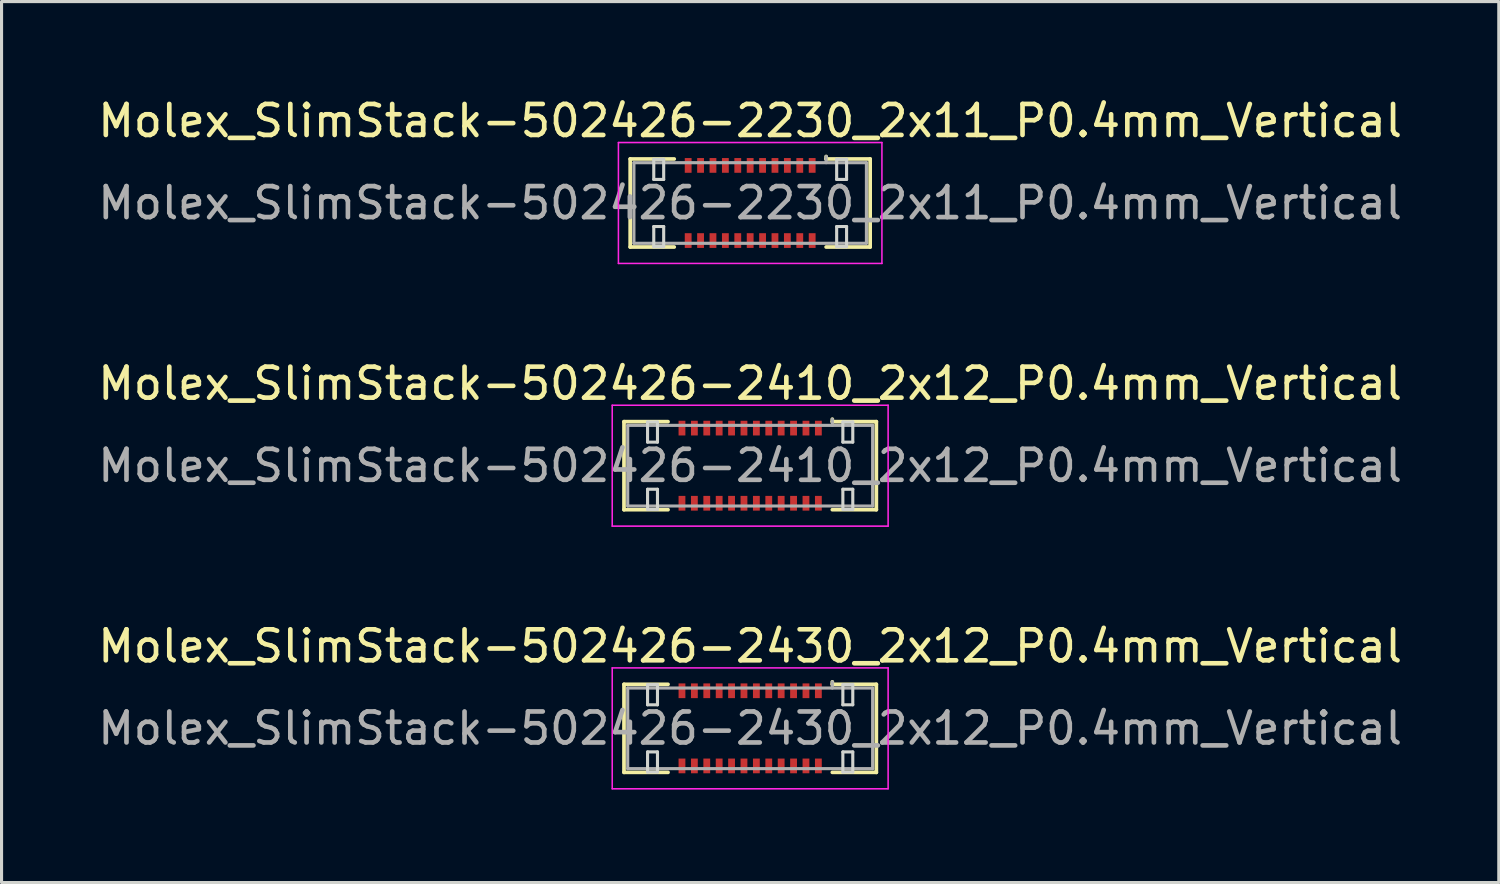
<source format=kicad_pcb>
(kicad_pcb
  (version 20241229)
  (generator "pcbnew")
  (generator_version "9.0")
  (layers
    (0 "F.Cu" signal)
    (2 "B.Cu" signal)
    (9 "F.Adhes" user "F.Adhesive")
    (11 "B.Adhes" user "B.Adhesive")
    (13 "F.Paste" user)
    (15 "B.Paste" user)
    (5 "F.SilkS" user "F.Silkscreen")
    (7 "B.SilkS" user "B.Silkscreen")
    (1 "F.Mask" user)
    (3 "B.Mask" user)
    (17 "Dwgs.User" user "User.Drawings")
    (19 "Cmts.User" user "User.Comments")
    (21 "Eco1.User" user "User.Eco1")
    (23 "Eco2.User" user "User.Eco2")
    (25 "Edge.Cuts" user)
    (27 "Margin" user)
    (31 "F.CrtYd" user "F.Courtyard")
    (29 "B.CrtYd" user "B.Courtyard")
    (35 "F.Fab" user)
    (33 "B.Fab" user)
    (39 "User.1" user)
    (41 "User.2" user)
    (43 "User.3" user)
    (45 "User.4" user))
  (footprint "Molex_SlimStack-502426-2410_2x12_P0.4mm_Vertical"
    (layer "F.Cu")
    (at 21.149 11.972)
    (property "Reference" "Molex_SlimStack-502426-2410_2x12_P0.4mm_Vertical" (at 0 -2.65 0) (layer "F.SilkS") (effects (font (size 1 1) (thickness 0.15))))
    (attr smd)
    (fp_line (start -4.07 -1.42) (end -2.65 -1.42) (stroke (width 0.12) (type solid)) (layer "F.SilkS"))
    (fp_line (start -4.07 1.42) (end -4.07 -1.42) (stroke (width 0.12) (type solid)) (layer "F.SilkS"))
    (fp_line (start -2.65 1.42) (end -4.07 1.42) (stroke (width 0.12) (type solid)) (layer "F.SilkS"))
    (fp_line (start 2.65 -1.42) (end 2.65 -1.5) (stroke (width 0.12) (type solid)) (layer "F.SilkS"))
    (fp_line (start 2.65 1.42) (end 4.07 1.42) (stroke (width 0.12) (type solid)) (layer "F.SilkS"))
    (fp_line (start 4.07 -1.42) (end 2.65 -1.42) (stroke (width 0.12) (type solid)) (layer "F.SilkS"))
    (fp_line (start 4.07 1.42) (end 4.07 -1.42) (stroke (width 0.12) (type solid)) (layer "F.SilkS"))
    (fp_line (start -3.31 -1.41) (end -3.31 -0.76) (stroke (width 0.1) (type solid)) (layer "Edge.Cuts"))
    (fp_line (start -3.31 -0.76) (end -2.99 -0.76) (stroke (width 0.1) (type solid)) (layer "Edge.Cuts"))
    (fp_line (start -3.31 0.76) (end -3.31 1.41) (stroke (width 0.1) (type solid)) (layer "Edge.Cuts"))
    (fp_line (start -3.31 1.41) (end -2.99 1.41) (stroke (width 0.1) (type solid)) (layer "Edge.Cuts"))
    (fp_line (start -2.99 -1.41) (end -3.31 -1.41) (stroke (width 0.1) (type solid)) (layer "Edge.Cuts"))
    (fp_line (start -2.99 -0.76) (end -2.99 -1.41) (stroke (width 0.1) (type solid)) (layer "Edge.Cuts"))
    (fp_line (start -2.99 0.76) (end -3.31 0.76) (stroke (width 0.1) (type solid)) (layer "Edge.Cuts"))
    (fp_line (start -2.99 1.41) (end -2.99 0.76) (stroke (width 0.1) (type solid)) (layer "Edge.Cuts"))
    (fp_line (start 2.99 -1.41) (end 2.99 -0.76) (stroke (width 0.1) (type solid)) (layer "Edge.Cuts"))
    (fp_line (start 2.99 -0.76) (end 3.31 -0.76) (stroke (width 0.1) (type solid)) (layer "Edge.Cuts"))
    (fp_line (start 2.99 0.76) (end 2.99 1.41) (stroke (width 0.1) (type solid)) (layer "Edge.Cuts"))
    (fp_line (start 2.99 1.41) (end 3.31 1.41) (stroke (width 0.1) (type solid)) (layer "Edge.Cuts"))
    (fp_line (start 3.31 -1.41) (end 2.99 -1.41) (stroke (width 0.1) (type solid)) (layer "Edge.Cuts"))
    (fp_line (start 3.31 -0.76) (end 3.31 -1.41) (stroke (width 0.1) (type solid)) (layer "Edge.Cuts"))
    (fp_line (start 3.31 0.76) (end 2.99 0.76) (stroke (width 0.1) (type solid)) (layer "Edge.Cuts"))
    (fp_line (start 3.31 1.41) (end 3.31 0.76) (stroke (width 0.1) (type solid)) (layer "Edge.Cuts"))
    (fp_line (start -4.45 -1.95) (end -4.45 1.95) (stroke (width 0.05) (type solid)) (layer "F.CrtYd"))
    (fp_line (start -4.45 1.95) (end 4.45 1.95) (stroke (width 0.05) (type solid)) (layer "F.CrtYd"))
    (fp_line (start 4.45 -1.95) (end -4.45 -1.95) (stroke (width 0.05) (type solid)) (layer "F.CrtYd"))
    (fp_line (start 4.45 1.95) (end 4.45 -1.95) (stroke (width 0.05) (type solid)) (layer "F.CrtYd"))
    (fp_line (start -3.95 -1.3) (end -3.95 1.3) (stroke (width 0.1) (type solid)) (layer "F.Fab"))
    (fp_line (start -3.95 1.3) (end 3.95 1.3) (stroke (width 0.1) (type solid)) (layer "F.Fab"))
    (fp_line (start 2.65 -1.3) (end 2.65 -1.5) (stroke (width 0.1) (type solid)) (layer "F.Fab"))
    (fp_line (start 3.95 -1.3) (end -3.95 -1.3) (stroke (width 0.1) (type solid)) (layer "F.Fab"))
    (fp_line (start 3.95 1.3) (end 3.95 -1.3) (stroke (width 0.1) (type solid)) (layer "F.Fab"))
    (fp_text user "${REFERENCE}" (at 0 0 0) (layer "F.Fab") (effects (font (size 1 1) (thickness 0.15))))
    (pad "1" smd rect (at 2.2 -1.212) (size 0.22 0.475) (layers "F.Cu" "F.Mask" "F.Paste"))
    (pad "2" smd rect (at 2.2 1.212) (size 0.22 0.475) (layers "F.Cu" "F.Mask" "F.Paste"))
    (pad "3" smd rect (at 1.8 -1.212) (size 0.22 0.475) (layers "F.Cu" "F.Mask" "F.Paste"))
    (pad "4" smd rect (at 1.8 1.212) (size 0.22 0.475) (layers "F.Cu" "F.Mask" "F.Paste"))
    (pad "5" smd rect (at 1.4 -1.212) (size 0.22 0.475) (layers "F.Cu" "F.Mask" "F.Paste"))
    (pad "6" smd rect (at 1.4 1.212) (size 0.22 0.475) (layers "F.Cu" "F.Mask" "F.Paste"))
    (pad "7" smd rect (at 1 -1.212) (size 0.22 0.475) (layers "F.Cu" "F.Mask" "F.Paste"))
    (pad "8" smd rect (at 1 1.212) (size 0.22 0.475) (layers "F.Cu" "F.Mask" "F.Paste"))
    (pad "9" smd rect (at 0.6 -1.212) (size 0.22 0.475) (layers "F.Cu" "F.Mask" "F.Paste"))
    (pad "10" smd rect (at 0.6 1.212) (size 0.22 0.475) (layers "F.Cu" "F.Mask" "F.Paste"))
    (pad "11" smd rect (at 0.2 -1.212) (size 0.22 0.475) (layers "F.Cu" "F.Mask" "F.Paste"))
    (pad "12" smd rect (at 0.2 1.212) (size 0.22 0.475) (layers "F.Cu" "F.Mask" "F.Paste"))
    (pad "13" smd rect (at -0.2 -1.212) (size 0.22 0.475) (layers "F.Cu" "F.Mask" "F.Paste"))
    (pad "14" smd rect (at -0.2 1.212) (size 0.22 0.475) (layers "F.Cu" "F.Mask" "F.Paste"))
    (pad "15" smd rect (at -0.6 -1.212) (size 0.22 0.475) (layers "F.Cu" "F.Mask" "F.Paste"))
    (pad "16" smd rect (at -0.6 1.212) (size 0.22 0.475) (layers "F.Cu" "F.Mask" "F.Paste"))
    (pad "17" smd rect (at -1 -1.212) (size 0.22 0.475) (layers "F.Cu" "F.Mask" "F.Paste"))
    (pad "18" smd rect (at -1 1.212) (size 0.22 0.475) (layers "F.Cu" "F.Mask" "F.Paste"))
    (pad "19" smd rect (at -1.4 -1.212) (size 0.22 0.475) (layers "F.Cu" "F.Mask" "F.Paste"))
    (pad "20" smd rect (at -1.4 1.212) (size 0.22 0.475) (layers "F.Cu" "F.Mask" "F.Paste"))
    (pad "21" smd rect (at -1.8 -1.212) (size 0.22 0.475) (layers "F.Cu" "F.Mask" "F.Paste"))
    (pad "22" smd rect (at -1.8 1.212) (size 0.22 0.475) (layers "F.Cu" "F.Mask" "F.Paste"))
    (pad "23" smd rect (at -2.2 -1.212) (size 0.22 0.475) (layers "F.Cu" "F.Mask" "F.Paste"))
    (pad "24" smd rect (at -2.2 1.212) (size 0.22 0.475) (layers "F.Cu" "F.Mask" "F.Paste")))
  (footprint "Molex_SlimStack-502426-2230_2x11_P0.4mm_Vertical"
    (layer "F.Cu")
    (at 21.149 3.498)
    (property "Reference" "Molex_SlimStack-502426-2230_2x11_P0.4mm_Vertical" (at 0 -2.65 0) (layer "F.SilkS") (effects (font (size 1 1) (thickness 0.15))))
    (attr smd)
    (fp_line (start -3.87 -1.42) (end -2.45 -1.42) (stroke (width 0.12) (type solid)) (layer "F.SilkS"))
    (fp_line (start -3.87 1.42) (end -3.87 -1.42) (stroke (width 0.12) (type solid)) (layer "F.SilkS"))
    (fp_line (start -2.45 1.42) (end -3.87 1.42) (stroke (width 0.12) (type solid)) (layer "F.SilkS"))
    (fp_line (start 2.45 -1.42) (end 2.45 -1.5) (stroke (width 0.12) (type solid)) (layer "F.SilkS"))
    (fp_line (start 2.45 1.42) (end 3.87 1.42) (stroke (width 0.12) (type solid)) (layer "F.SilkS"))
    (fp_line (start 3.87 -1.42) (end 2.45 -1.42) (stroke (width 0.12) (type solid)) (layer "F.SilkS"))
    (fp_line (start 3.87 1.42) (end 3.87 -1.42) (stroke (width 0.12) (type solid)) (layer "F.SilkS"))
    (fp_line (start -3.11 -1.41) (end -3.11 -0.76) (stroke (width 0.1) (type solid)) (layer "Edge.Cuts"))
    (fp_line (start -3.11 -0.76) (end -2.79 -0.76) (stroke (width 0.1) (type solid)) (layer "Edge.Cuts"))
    (fp_line (start -3.11 0.76) (end -3.11 1.41) (stroke (width 0.1) (type solid)) (layer "Edge.Cuts"))
    (fp_line (start -3.11 1.41) (end -2.79 1.41) (stroke (width 0.1) (type solid)) (layer "Edge.Cuts"))
    (fp_line (start -2.79 -1.41) (end -3.11 -1.41) (stroke (width 0.1) (type solid)) (layer "Edge.Cuts"))
    (fp_line (start -2.79 -0.76) (end -2.79 -1.41) (stroke (width 0.1) (type solid)) (layer "Edge.Cuts"))
    (fp_line (start -2.79 0.76) (end -3.11 0.76) (stroke (width 0.1) (type solid)) (layer "Edge.Cuts"))
    (fp_line (start -2.79 1.41) (end -2.79 0.76) (stroke (width 0.1) (type solid)) (layer "Edge.Cuts"))
    (fp_line (start 2.79 -1.41) (end 2.79 -0.76) (stroke (width 0.1) (type solid)) (layer "Edge.Cuts"))
    (fp_line (start 2.79 -0.76) (end 3.11 -0.76) (stroke (width 0.1) (type solid)) (layer "Edge.Cuts"))
    (fp_line (start 2.79 0.76) (end 2.79 1.41) (stroke (width 0.1) (type solid)) (layer "Edge.Cuts"))
    (fp_line (start 2.79 1.41) (end 3.11 1.41) (stroke (width 0.1) (type solid)) (layer "Edge.Cuts"))
    (fp_line (start 3.11 -1.41) (end 2.79 -1.41) (stroke (width 0.1) (type solid)) (layer "Edge.Cuts"))
    (fp_line (start 3.11 -0.76) (end 3.11 -1.41) (stroke (width 0.1) (type solid)) (layer "Edge.Cuts"))
    (fp_line (start 3.11 0.76) (end 2.79 0.76) (stroke (width 0.1) (type solid)) (layer "Edge.Cuts"))
    (fp_line (start 3.11 1.41) (end 3.11 0.76) (stroke (width 0.1) (type solid)) (layer "Edge.Cuts"))
    (fp_line (start -4.25 -1.95) (end -4.25 1.95) (stroke (width 0.05) (type solid)) (layer "F.CrtYd"))
    (fp_line (start -4.25 1.95) (end 4.25 1.95) (stroke (width 0.05) (type solid)) (layer "F.CrtYd"))
    (fp_line (start 4.25 -1.95) (end -4.25 -1.95) (stroke (width 0.05) (type solid)) (layer "F.CrtYd"))
    (fp_line (start 4.25 1.95) (end 4.25 -1.95) (stroke (width 0.05) (type solid)) (layer "F.CrtYd"))
    (fp_line (start -3.75 -1.3) (end -3.75 1.3) (stroke (width 0.1) (type solid)) (layer "F.Fab"))
    (fp_line (start -3.75 1.3) (end 3.75 1.3) (stroke (width 0.1) (type solid)) (layer "F.Fab"))
    (fp_line (start 2.45 -1.3) (end 2.45 -1.5) (stroke (width 0.1) (type solid)) (layer "F.Fab"))
    (fp_line (start 3.75 -1.3) (end -3.75 -1.3) (stroke (width 0.1) (type solid)) (layer "F.Fab"))
    (fp_line (start 3.75 1.3) (end 3.75 -1.3) (stroke (width 0.1) (type solid)) (layer "F.Fab"))
    (fp_text user "${REFERENCE}" (at 0 0 0) (layer "F.Fab") (effects (font (size 1 1) (thickness 0.15))))
    (pad "1" smd rect (at 2 -1.212) (size 0.22 0.475) (layers "F.Cu" "F.Mask" "F.Paste"))
    (pad "2" smd rect (at 2 1.212) (size 0.22 0.475) (layers "F.Cu" "F.Mask" "F.Paste"))
    (pad "3" smd rect (at 1.6 -1.212) (size 0.22 0.475) (layers "F.Cu" "F.Mask" "F.Paste"))
    (pad "4" smd rect (at 1.6 1.212) (size 0.22 0.475) (layers "F.Cu" "F.Mask" "F.Paste"))
    (pad "5" smd rect (at 1.2 -1.212) (size 0.22 0.475) (layers "F.Cu" "F.Mask" "F.Paste"))
    (pad "6" smd rect (at 1.2 1.212) (size 0.22 0.475) (layers "F.Cu" "F.Mask" "F.Paste"))
    (pad "7" smd rect (at 0.8 -1.212) (size 0.22 0.475) (layers "F.Cu" "F.Mask" "F.Paste"))
    (pad "8" smd rect (at 0.8 1.212) (size 0.22 0.475) (layers "F.Cu" "F.Mask" "F.Paste"))
    (pad "9" smd rect (at 0.4 -1.212) (size 0.22 0.475) (layers "F.Cu" "F.Mask" "F.Paste"))
    (pad "10" smd rect (at 0.4 1.212) (size 0.22 0.475) (layers "F.Cu" "F.Mask" "F.Paste"))
    (pad "11" smd rect (at 0 -1.212) (size 0.22 0.475) (layers "F.Cu" "F.Mask" "F.Paste"))
    (pad "12" smd rect (at 0 1.212) (size 0.22 0.475) (layers "F.Cu" "F.Mask" "F.Paste"))
    (pad "13" smd rect (at -0.4 -1.212) (size 0.22 0.475) (layers "F.Cu" "F.Mask" "F.Paste"))
    (pad "14" smd rect (at -0.4 1.212) (size 0.22 0.475) (layers "F.Cu" "F.Mask" "F.Paste"))
    (pad "15" smd rect (at -0.8 -1.212) (size 0.22 0.475) (layers "F.Cu" "F.Mask" "F.Paste"))
    (pad "16" smd rect (at -0.8 1.212) (size 0.22 0.475) (layers "F.Cu" "F.Mask" "F.Paste"))
    (pad "17" smd rect (at -1.2 -1.212) (size 0.22 0.475) (layers "F.Cu" "F.Mask" "F.Paste"))
    (pad "18" smd rect (at -1.2 1.212) (size 0.22 0.475) (layers "F.Cu" "F.Mask" "F.Paste"))
    (pad "19" smd rect (at -1.6 -1.212) (size 0.22 0.475) (layers "F.Cu" "F.Mask" "F.Paste"))
    (pad "20" smd rect (at -1.6 1.212) (size 0.22 0.475) (layers "F.Cu" "F.Mask" "F.Paste"))
    (pad "21" smd rect (at -2 -1.212) (size 0.22 0.475) (layers "F.Cu" "F.Mask" "F.Paste"))
    (pad "22" smd rect (at -2 1.212) (size 0.22 0.475) (layers "F.Cu" "F.Mask" "F.Paste")))
  (footprint "Molex_SlimStack-502426-2430_2x12_P0.4mm_Vertical"
    (layer "F.Cu")
    (at 21.149 20.445)
    (property "Reference" "Molex_SlimStack-502426-2430_2x12_P0.4mm_Vertical" (at 0 -2.65 0) (layer "F.SilkS") (effects (font (size 1 1) (thickness 0.15))))
    (attr smd)
    (fp_line (start -4.07 -1.42) (end -2.65 -1.42) (stroke (width 0.12) (type solid)) (layer "F.SilkS"))
    (fp_line (start -4.07 1.42) (end -4.07 -1.42) (stroke (width 0.12) (type solid)) (layer "F.SilkS"))
    (fp_line (start -2.65 1.42) (end -4.07 1.42) (stroke (width 0.12) (type solid)) (layer "F.SilkS"))
    (fp_line (start 2.65 -1.42) (end 2.65 -1.5) (stroke (width 0.12) (type solid)) (layer "F.SilkS"))
    (fp_line (start 2.65 1.42) (end 4.07 1.42) (stroke (width 0.12) (type solid)) (layer "F.SilkS"))
    (fp_line (start 4.07 -1.42) (end 2.65 -1.42) (stroke (width 0.12) (type solid)) (layer "F.SilkS"))
    (fp_line (start 4.07 1.42) (end 4.07 -1.42) (stroke (width 0.12) (type solid)) (layer "F.SilkS"))
    (fp_line (start -3.31 -1.41) (end -3.31 -0.76) (stroke (width 0.1) (type solid)) (layer "Edge.Cuts"))
    (fp_line (start -3.31 -0.76) (end -2.99 -0.76) (stroke (width 0.1) (type solid)) (layer "Edge.Cuts"))
    (fp_line (start -3.31 0.76) (end -3.31 1.41) (stroke (width 0.1) (type solid)) (layer "Edge.Cuts"))
    (fp_line (start -3.31 1.41) (end -2.99 1.41) (stroke (width 0.1) (type solid)) (layer "Edge.Cuts"))
    (fp_line (start -2.99 -1.41) (end -3.31 -1.41) (stroke (width 0.1) (type solid)) (layer "Edge.Cuts"))
    (fp_line (start -2.99 -0.76) (end -2.99 -1.41) (stroke (width 0.1) (type solid)) (layer "Edge.Cuts"))
    (fp_line (start -2.99 0.76) (end -3.31 0.76) (stroke (width 0.1) (type solid)) (layer "Edge.Cuts"))
    (fp_line (start -2.99 1.41) (end -2.99 0.76) (stroke (width 0.1) (type solid)) (layer "Edge.Cuts"))
    (fp_line (start 2.99 -1.41) (end 2.99 -0.76) (stroke (width 0.1) (type solid)) (layer "Edge.Cuts"))
    (fp_line (start 2.99 -0.76) (end 3.31 -0.76) (stroke (width 0.1) (type solid)) (layer "Edge.Cuts"))
    (fp_line (start 2.99 0.76) (end 2.99 1.41) (stroke (width 0.1) (type solid)) (layer "Edge.Cuts"))
    (fp_line (start 2.99 1.41) (end 3.31 1.41) (stroke (width 0.1) (type solid)) (layer "Edge.Cuts"))
    (fp_line (start 3.31 -1.41) (end 2.99 -1.41) (stroke (width 0.1) (type solid)) (layer "Edge.Cuts"))
    (fp_line (start 3.31 -0.76) (end 3.31 -1.41) (stroke (width 0.1) (type solid)) (layer "Edge.Cuts"))
    (fp_line (start 3.31 0.76) (end 2.99 0.76) (stroke (width 0.1) (type solid)) (layer "Edge.Cuts"))
    (fp_line (start 3.31 1.41) (end 3.31 0.76) (stroke (width 0.1) (type solid)) (layer "Edge.Cuts"))
    (fp_line (start -4.45 -1.95) (end -4.45 1.95) (stroke (width 0.05) (type solid)) (layer "F.CrtYd"))
    (fp_line (start -4.45 1.95) (end 4.45 1.95) (stroke (width 0.05) (type solid)) (layer "F.CrtYd"))
    (fp_line (start 4.45 -1.95) (end -4.45 -1.95) (stroke (width 0.05) (type solid)) (layer "F.CrtYd"))
    (fp_line (start 4.45 1.95) (end 4.45 -1.95) (stroke (width 0.05) (type solid)) (layer "F.CrtYd"))
    (fp_line (start -3.95 -1.3) (end -3.95 1.3) (stroke (width 0.1) (type solid)) (layer "F.Fab"))
    (fp_line (start -3.95 1.3) (end 3.95 1.3) (stroke (width 0.1) (type solid)) (layer "F.Fab"))
    (fp_line (start 2.65 -1.3) (end 2.65 -1.5) (stroke (width 0.1) (type solid)) (layer "F.Fab"))
    (fp_line (start 3.95 -1.3) (end -3.95 -1.3) (stroke (width 0.1) (type solid)) (layer "F.Fab"))
    (fp_line (start 3.95 1.3) (end 3.95 -1.3) (stroke (width 0.1) (type solid)) (layer "F.Fab"))
    (fp_text user "${REFERENCE}" (at 0 0 0) (layer "F.Fab") (effects (font (size 1 1) (thickness 0.15))))
    (pad "1" smd rect (at 2.2 -1.212) (size 0.22 0.475) (layers "F.Cu" "F.Mask" "F.Paste"))
    (pad "2" smd rect (at 2.2 1.212) (size 0.22 0.475) (layers "F.Cu" "F.Mask" "F.Paste"))
    (pad "3" smd rect (at 1.8 -1.212) (size 0.22 0.475) (layers "F.Cu" "F.Mask" "F.Paste"))
    (pad "4" smd rect (at 1.8 1.212) (size 0.22 0.475) (layers "F.Cu" "F.Mask" "F.Paste"))
    (pad "5" smd rect (at 1.4 -1.212) (size 0.22 0.475) (layers "F.Cu" "F.Mask" "F.Paste"))
    (pad "6" smd rect (at 1.4 1.212) (size 0.22 0.475) (layers "F.Cu" "F.Mask" "F.Paste"))
    (pad "7" smd rect (at 1 -1.212) (size 0.22 0.475) (layers "F.Cu" "F.Mask" "F.Paste"))
    (pad "8" smd rect (at 1 1.212) (size 0.22 0.475) (layers "F.Cu" "F.Mask" "F.Paste"))
    (pad "9" smd rect (at 0.6 -1.212) (size 0.22 0.475) (layers "F.Cu" "F.Mask" "F.Paste"))
    (pad "10" smd rect (at 0.6 1.212) (size 0.22 0.475) (layers "F.Cu" "F.Mask" "F.Paste"))
    (pad "11" smd rect (at 0.2 -1.212) (size 0.22 0.475) (layers "F.Cu" "F.Mask" "F.Paste"))
    (pad "12" smd rect (at 0.2 1.212) (size 0.22 0.475) (layers "F.Cu" "F.Mask" "F.Paste"))
    (pad "13" smd rect (at -0.2 -1.212) (size 0.22 0.475) (layers "F.Cu" "F.Mask" "F.Paste"))
    (pad "14" smd rect (at -0.2 1.212) (size 0.22 0.475) (layers "F.Cu" "F.Mask" "F.Paste"))
    (pad "15" smd rect (at -0.6 -1.212) (size 0.22 0.475) (layers "F.Cu" "F.Mask" "F.Paste"))
    (pad "16" smd rect (at -0.6 1.212) (size 0.22 0.475) (layers "F.Cu" "F.Mask" "F.Paste"))
    (pad "17" smd rect (at -1 -1.212) (size 0.22 0.475) (layers "F.Cu" "F.Mask" "F.Paste"))
    (pad "18" smd rect (at -1 1.212) (size 0.22 0.475) (layers "F.Cu" "F.Mask" "F.Paste"))
    (pad "19" smd rect (at -1.4 -1.212) (size 0.22 0.475) (layers "F.Cu" "F.Mask" "F.Paste"))
    (pad "20" smd rect (at -1.4 1.212) (size 0.22 0.475) (layers "F.Cu" "F.Mask" "F.Paste"))
    (pad "21" smd rect (at -1.8 -1.212) (size 0.22 0.475) (layers "F.Cu" "F.Mask" "F.Paste"))
    (pad "22" smd rect (at -1.8 1.212) (size 0.22 0.475) (layers "F.Cu" "F.Mask" "F.Paste"))
    (pad "23" smd rect (at -2.2 -1.212) (size 0.22 0.475) (layers "F.Cu" "F.Mask" "F.Paste"))
    (pad "24" smd rect (at -2.2 1.212) (size 0.22 0.475) (layers "F.Cu" "F.Mask" "F.Paste")))
  (gr_rect
    (start -3 -3)
    (end 45.298 25.42)
    (stroke (width 0.1) (type default))
    (fill no)
    (layer "Edge.Cuts")))
</source>
